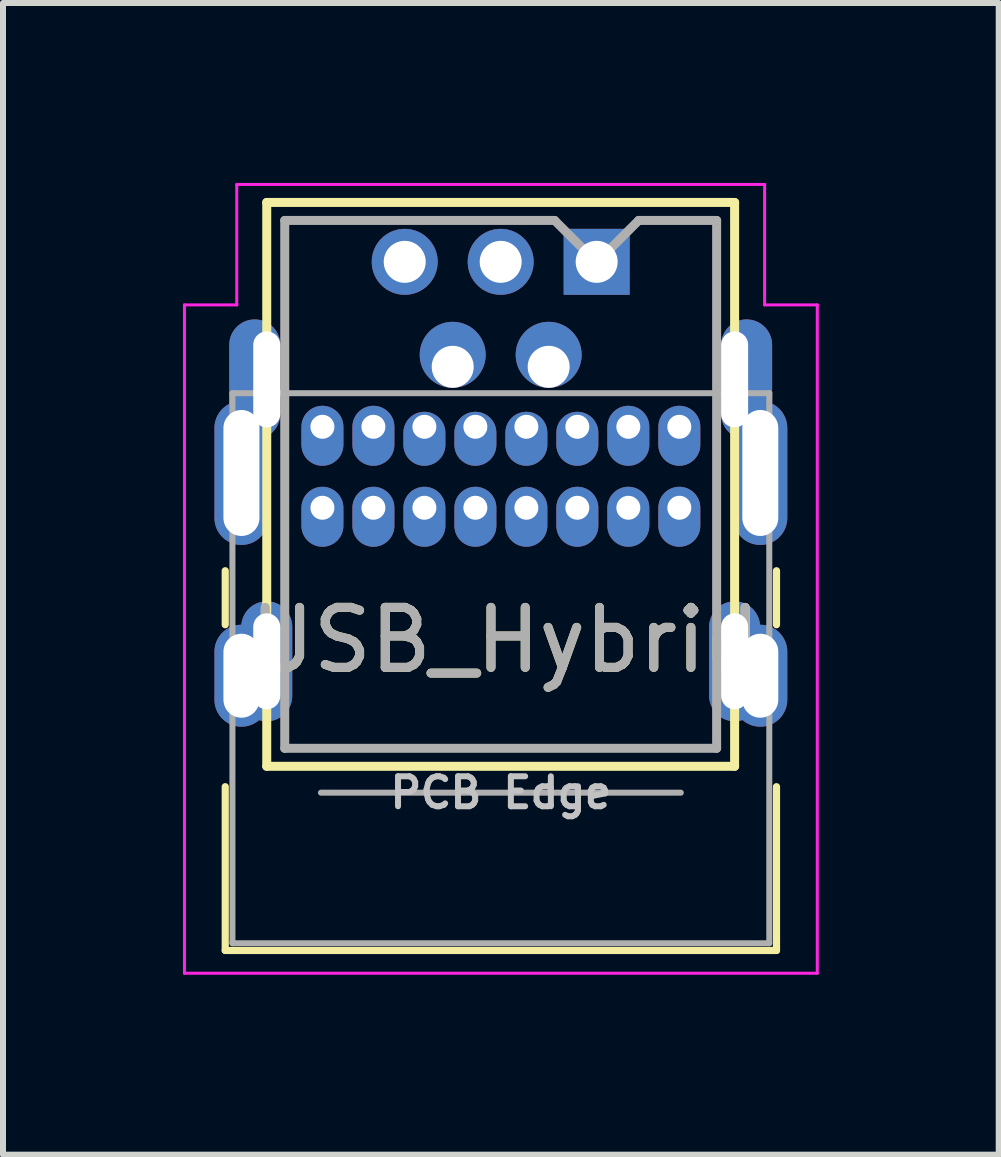
<source format=kicad_pcb>
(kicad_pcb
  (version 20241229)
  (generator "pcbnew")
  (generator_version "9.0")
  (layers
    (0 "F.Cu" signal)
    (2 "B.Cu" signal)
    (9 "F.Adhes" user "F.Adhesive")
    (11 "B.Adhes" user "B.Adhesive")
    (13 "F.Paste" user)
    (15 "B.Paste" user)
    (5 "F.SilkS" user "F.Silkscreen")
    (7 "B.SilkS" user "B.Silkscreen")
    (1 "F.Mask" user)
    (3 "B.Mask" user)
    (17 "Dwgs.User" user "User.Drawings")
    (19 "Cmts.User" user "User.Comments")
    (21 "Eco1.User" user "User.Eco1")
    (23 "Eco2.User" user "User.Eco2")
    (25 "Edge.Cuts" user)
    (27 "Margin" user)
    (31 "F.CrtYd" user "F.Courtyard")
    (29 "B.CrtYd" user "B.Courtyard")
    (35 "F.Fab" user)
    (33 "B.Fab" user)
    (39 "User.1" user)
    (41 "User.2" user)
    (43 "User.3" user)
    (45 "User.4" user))
  (footprint "USB_Hybrid"
    (layer "F.Cu")
    (at 2.325 4.065)
    (property "Reference" "USB_Hybrid" (at 3.048 3.556 0) (layer "F.SilkS") (effects (font (size 1 1) (thickness 0.15))))
    (attr through_hole)
    (fp_line (start -1.62 2.4) (end -1.62 3.3) (stroke (width 0.12) (type solid)) (layer "F.SilkS"))
    (fp_line (start -1.62 6) (end -1.62 8.73) (stroke (width 0.12) (type solid)) (layer "F.SilkS"))
    (fp_line (start -1.62 8.73) (end 7.57 8.73) (stroke (width 0.12) (type solid)) (layer "F.SilkS"))
    (fp_line (start -0.928 -3.74) (end -0.928 5.66) (stroke (width 0.15) (type solid)) (layer "F.SilkS"))
    (fp_line (start 6.872 -3.74) (end -0.928 -3.74) (stroke (width 0.15) (type solid)) (layer "F.SilkS"))
    (fp_line (start 6.872 5.66) (end -0.928 5.66) (stroke (width 0.15) (type solid)) (layer "F.SilkS"))
    (fp_line (start 6.872 5.66) (end 6.872 -3.74) (stroke (width 0.15) (type solid)) (layer "F.SilkS"))
    (fp_line (start 7.57 2.4) (end 7.57 3.3) (stroke (width 0.12) (type solid)) (layer "F.SilkS"))
    (fp_line (start 7.57 6) (end 7.57 8.73) (stroke (width 0.12) (type solid)) (layer "F.SilkS"))
    (fp_line (start -2.3 -2.032) (end -2.3 9.11) (stroke (width 0.05) (type solid)) (layer "F.CrtYd"))
    (fp_line (start -2.3 -2.032) (end -1.428 -2.032) (stroke (width 0.05) (type solid)) (layer "F.CrtYd"))
    (fp_line (start -2.3 9.11) (end 8.25 9.11) (stroke (width 0.05) (type solid)) (layer "F.CrtYd"))
    (fp_line (start -1.428 -4.04) (end -1.428 -2.032) (stroke (width 0.05) (type solid)) (layer "F.CrtYd"))
    (fp_line (start 7.372 -4.04) (end -1.428 -4.04) (stroke (width 0.05) (type solid)) (layer "F.CrtYd"))
    (fp_line (start 7.372 -2.032) (end 7.372 -4.04) (stroke (width 0.05) (type solid)) (layer "F.CrtYd"))
    (fp_line (start 7.372 -2.032) (end 8.25 -2.032) (stroke (width 0.05) (type solid)) (layer "F.CrtYd"))
    (fp_line (start 8.25 -2.032) (end 8.25 9.11) (stroke (width 0.05) (type solid)) (layer "F.CrtYd"))
    (fp_line (start -1.5 -0.56) (end -1.5 8.61) (stroke (width 0.1) (type solid)) (layer "F.Fab"))
    (fp_line (start -1.5 -0.56) (end 7.45 -0.56) (stroke (width 0.1) (type solid)) (layer "F.Fab"))
    (fp_line (start -1.5 8.61) (end 7.45 8.61) (stroke (width 0.1) (type solid)) (layer "F.Fab"))
    (fp_line (start -0.628 5.36) (end -0.628 -3.44) (stroke (width 0.15) (type solid)) (layer "F.Fab"))
    (fp_line (start -0.628 5.36) (end 6.572 5.36) (stroke (width 0.15) (type solid)) (layer "F.Fab"))
    (fp_line (start -0.025 6.1) (end 5.975 6.1) (stroke (width 0.1) (type solid)) (layer "F.Fab"))
    (fp_line (start 3.872 -3.44) (end -0.628 -3.44) (stroke (width 0.15) (type solid)) (layer "F.Fab"))
    (fp_line (start 4.572 -2.74) (end 3.872 -3.44) (stroke (width 0.15) (type solid)) (layer "F.Fab"))
    (fp_line (start 5.272 -3.44) (end 4.572 -2.74) (stroke (width 0.15) (type solid)) (layer "F.Fab"))
    (fp_line (start 6.572 -3.44) (end 5.272 -3.44) (stroke (width 0.15) (type solid)) (layer "F.Fab"))
    (fp_line (start 6.572 -3.44) (end 6.572 5.36) (stroke (width 0.15) (type solid)) (layer "F.Fab"))
    (fp_line (start 7.45 -0.56) (end 7.45 8.61) (stroke (width 0.1) (type solid)) (layer "F.Fab"))
    (fp_text user "PCB Edge" (at 2.975 6.1 0) (layer "Dwgs.User") (effects (font (size 0.5 0.5) (thickness 0.1))))
    (fp_text user "${REFERENCE}" (at 3.048 3.556 0) (layer "F.Fab") (effects (font (size 1 1) (thickness 0.15))))
    (pad "" thru_hole oval (at 1.7 1.35) (size 0.7 1) (drill 0.4 (offset 0 0.15)) (layers "*.Cu" "*.Mask"))
    (pad "" thru_hole oval (at 3.772 -1 180) (size 1.1 1.1) (drill 0.7 (offset 0 0.2)) (layers "*.Cu" "*.Mask"))
    (pad "" thru_hole oval (at 4.25 0) (size 0.7 0.9) (drill 0.4 (offset 0 0.2)) (layers "*.Cu" "*.Mask"))
    (pad "CC1" thru_hole oval (at 1.7 0) (size 0.7 0.9) (drill 0.4 (offset 0 0.2)) (layers "*.Cu" "*.Mask"))
    (pad "CC2" thru_hole oval (at 4.25 1.35) (size 0.7 1) (drill 0.4 (offset 0 0.15)) (layers "*.Cu" "*.Mask"))
    (pad "D+" thru_hole oval (at 2.55 0) (size 0.7 0.9) (drill 0.4 (offset 0 0.2)) (layers "*.Cu" "*.Mask"))
    (pad "D+" thru_hole circle (at 2.972 -2.75 180) (size 1.1 1.1) (drill 0.7) (layers "*.Cu" "*.Mask"))
    (pad "D+" thru_hole oval (at 3.4 1.35) (size 0.7 1) (drill 0.4 (offset 0 0.15)) (layers "*.Cu" "*.Mask"))
    (pad "D-" thru_hole oval (at 2.172 -1 180) (size 1.1 1.1) (drill 0.7 (offset 0 0.2)) (layers "*.Cu" "*.Mask"))
    (pad "D-" thru_hole oval (at 2.55 1.35) (size 0.7 1) (drill 0.4 (offset 0 0.15)) (layers "*.Cu" "*.Mask"))
    (pad "D-" thru_hole oval (at 3.4 0) (size 0.7 0.9) (drill 0.4 (offset 0 0.2)) (layers "*.Cu" "*.Mask"))
    (pad "GND" thru_hole oval (at 0 0) (size 0.7 1) (drill 0.4 (offset 0 0.15)) (layers "*.Cu" "*.Mask"))
    (pad "GND" thru_hole oval (at 0 1.35) (size 0.7 1) (drill 0.4 (offset 0 0.15)) (layers "*.Cu" "*.Mask"))
    (pad "GND" thru_hole rect (at 4.572 -2.75 180) (size 1.1 1.1) (drill 0.7) (layers "*.Cu" "*.Mask"))
    (pad "GND" thru_hole oval (at 5.95 0) (size 0.7 1) (drill 0.4 (offset 0 0.15)) (layers "*.Cu" "*.Mask"))
    (pad "GND" thru_hole oval (at 5.95 1.35) (size 0.7 1) (drill 0.4 (offset 0 0.15)) (layers "*.Cu" "*.Mask"))
    (pad "S1" thru_hole oval (at -1.35 0.77) (size 0.9 2.4) (drill oval 0.6 2.1) (layers "*.Cu" "*.Mask"))
    (pad "S1" thru_hole oval (at -0.928 -0.79 180) (size 0.85 2) (drill oval 0.45 1.6 (offset 0.2 0)) (layers "*.Cu" "*.Mask"))
    (pad "S2" thru_hole oval (at 6.872 -0.79 180) (size 0.85 2) (drill oval 0.45 1.6 (offset -0.2 0)) (layers "*.Cu" "*.Mask"))
    (pad "S2" thru_hole oval (at 7.3 0.77) (size 0.9 2.4) (drill oval 0.6 2.1) (layers "*.Cu" "*.Mask"))
    (pad "S3" thru_hole oval (at -1.35 4.15) (size 0.9 1.7) (drill oval 0.6 1.4) (layers "*.Cu" "*.Mask"))
    (pad "S3" thru_hole oval (at -0.928 3.91 180) (size 0.85 2) (drill oval 0.45 1.6) (layers "*.Cu" "*.Mask"))
    (pad "S4" thru_hole oval (at 6.872 3.91 180) (size 0.85 2) (drill oval 0.45 1.6) (layers "*.Cu" "*.Mask"))
    (pad "S4" thru_hole oval (at 7.3 4.15) (size 0.9 1.7) (drill oval 0.6 1.4) (layers "*.Cu" "*.Mask"))
    (pad "V+" thru_hole oval (at 0.85 0) (size 0.7 1) (drill 0.4 (offset 0 0.15)) (layers "*.Cu" "*.Mask"))
    (pad "V+" thru_hole oval (at 0.85 1.35) (size 0.7 1) (drill 0.4 (offset 0 0.15)) (layers "*.Cu" "*.Mask"))
    (pad "V+" thru_hole circle (at 1.372 -2.75 180) (size 1.1 1.1) (drill 0.7) (layers "*.Cu" "*.Mask"))
    (pad "V+" thru_hole oval (at 5.1 0) (size 0.7 1) (drill 0.4 (offset 0 0.15)) (layers "*.Cu" "*.Mask"))
    (pad "V+" thru_hole oval (at 5.1 1.35) (size 0.7 1) (drill 0.4 (offset 0 0.15)) (layers "*.Cu" "*.Mask")))
  (gr_rect
    (start -3 -3)
    (end 13.6 16.2)
    (stroke (width 0.1) (type default))
    (fill no)
    (layer "Edge.Cuts")))
</source>
